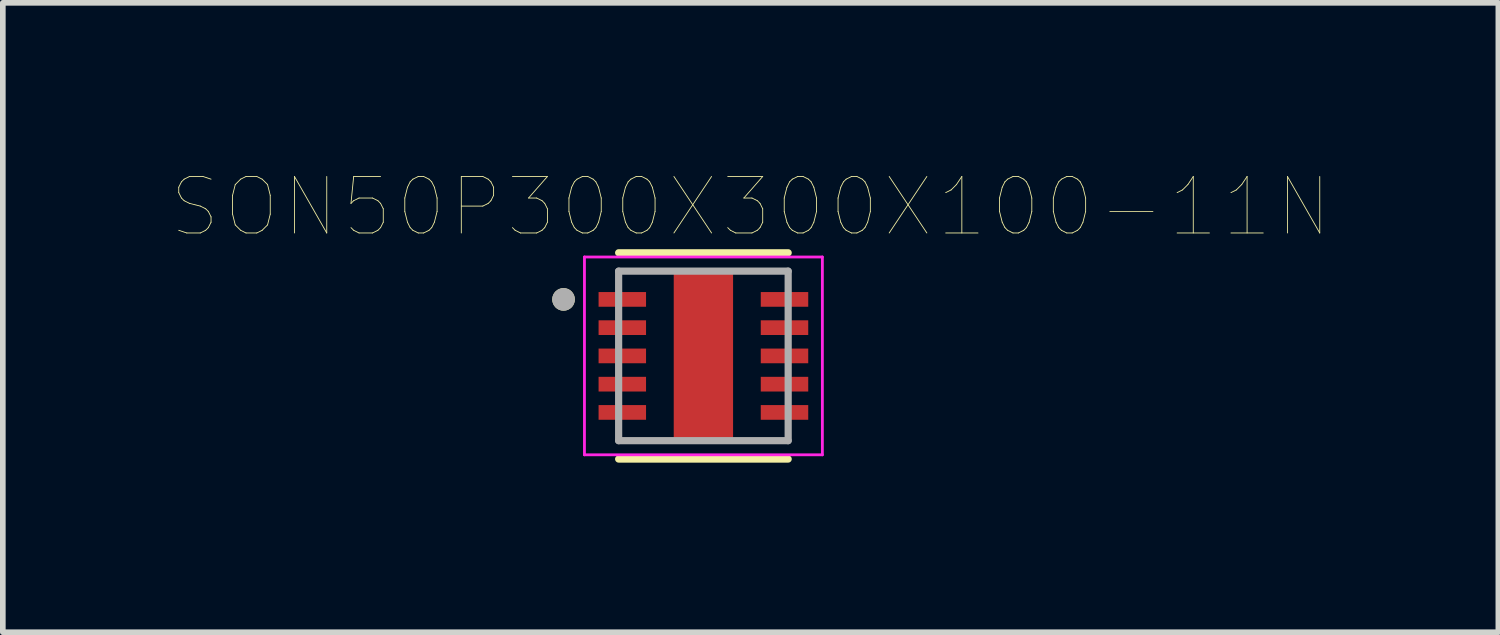
<source format=kicad_pcb>
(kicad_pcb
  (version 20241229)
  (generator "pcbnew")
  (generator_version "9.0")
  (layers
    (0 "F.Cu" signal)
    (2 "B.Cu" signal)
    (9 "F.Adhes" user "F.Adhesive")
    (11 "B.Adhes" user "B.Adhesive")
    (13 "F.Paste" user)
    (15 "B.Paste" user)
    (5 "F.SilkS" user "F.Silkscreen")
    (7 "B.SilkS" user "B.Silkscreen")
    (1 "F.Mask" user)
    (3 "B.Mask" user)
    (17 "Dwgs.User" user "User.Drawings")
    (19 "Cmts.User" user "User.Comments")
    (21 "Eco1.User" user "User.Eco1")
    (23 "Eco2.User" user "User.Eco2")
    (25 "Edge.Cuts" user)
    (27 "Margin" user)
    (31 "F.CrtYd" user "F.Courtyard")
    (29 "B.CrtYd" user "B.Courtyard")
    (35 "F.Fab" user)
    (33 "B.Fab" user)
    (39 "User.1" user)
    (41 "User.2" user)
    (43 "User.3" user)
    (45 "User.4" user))
  (footprint "SON50P300X300X100-11N"
    (layer "F.Cu")
    (at 9.397 3.248)
    (property "Reference" "SON50P300X300X100-11N" (at 0.835 -2.637 0) (layer "F.SilkS") (effects (font (size 1 1) (thickness 0.015))))
    (attr through_hole)
    (fp_line (start -1.5 -1.825) (end 1.5 -1.825) (stroke (width 0.127) (type solid)) (layer "F.SilkS"))
    (fp_line (start -1.5 1.825) (end 1.5 1.825) (stroke (width 0.127) (type solid)) (layer "F.SilkS"))
    (fp_circle (center -2.475 -1) (end -2.375 -1) (stroke (width 0.2) (type solid)) (fill no) (layer "F.SilkS"))
    (fp_poly (pts (xy -0.33 -0.95) (xy 0.33 -0.95) (xy 0.33 0.95) (xy -0.33 0.95)) (stroke (width 0.01) (type solid)) (fill yes) (layer "F.Paste"))
    (fp_line (start -2.105 -1.75) (end -2.105 1.75) (stroke (width 0.05) (type solid)) (layer "F.CrtYd"))
    (fp_line (start -2.105 -1.75) (end 2.105 -1.75) (stroke (width 0.05) (type solid)) (layer "F.CrtYd"))
    (fp_line (start -2.105 1.75) (end 2.105 1.75) (stroke (width 0.05) (type solid)) (layer "F.CrtYd"))
    (fp_line (start 2.105 -1.75) (end 2.105 1.75) (stroke (width 0.05) (type solid)) (layer "F.CrtYd"))
    (fp_line (start -1.5 -1.5) (end -1.5 1.5) (stroke (width 0.127) (type solid)) (layer "F.Fab"))
    (fp_line (start -1.5 -1.5) (end 1.5 -1.5) (stroke (width 0.127) (type solid)) (layer "F.Fab"))
    (fp_line (start -1.5 1.5) (end 1.5 1.5) (stroke (width 0.127) (type solid)) (layer "F.Fab"))
    (fp_line (start 1.5 -1.5) (end 1.5 1.5) (stroke (width 0.127) (type solid)) (layer "F.Fab"))
    (fp_circle (center -2.475 -1) (end -2.375 -1) (stroke (width 0.2) (type solid)) (fill no) (layer "F.Fab"))
    (pad "1" smd rect (at -1.435 -1) (size 0.84 0.26) (layers "F.Cu" "F.Mask" "F.Paste"))
    (pad "2" smd rect (at -1.435 -0.5) (size 0.84 0.26) (layers "F.Cu" "F.Mask" "F.Paste"))
    (pad "3" smd rect (at -1.435 0) (size 0.84 0.26) (layers "F.Cu" "F.Mask" "F.Paste"))
    (pad "4" smd rect (at -1.435 0.5) (size 0.84 0.26) (layers "F.Cu" "F.Mask" "F.Paste"))
    (pad "5" smd rect (at -1.435 1) (size 0.84 0.26) (layers "F.Cu" "F.Mask" "F.Paste"))
    (pad "6" smd rect (at 1.435 1) (size 0.84 0.26) (layers "F.Cu" "F.Mask" "F.Paste"))
    (pad "7" smd rect (at 1.435 0.5) (size 0.84 0.26) (layers "F.Cu" "F.Mask" "F.Paste"))
    (pad "8" smd rect (at 1.435 0) (size 0.84 0.26) (layers "F.Cu" "F.Mask" "F.Paste"))
    (pad "9" smd rect (at 1.435 -0.5) (size 0.84 0.26) (layers "F.Cu" "F.Mask" "F.Paste"))
    (pad "10" smd rect (at 1.435 -1) (size 0.84 0.26) (layers "F.Cu" "F.Mask" "F.Paste"))
    (pad "11" smd rect (at 0 0) (size 1.05 3.01) (layers "F.Cu" "F.Mask")))
  (gr_rect
    (start -3 -3)
    (end 23.464 8.137)
    (stroke (width 0.1) (type default))
    (fill no)
    (layer "Edge.Cuts")))
</source>
